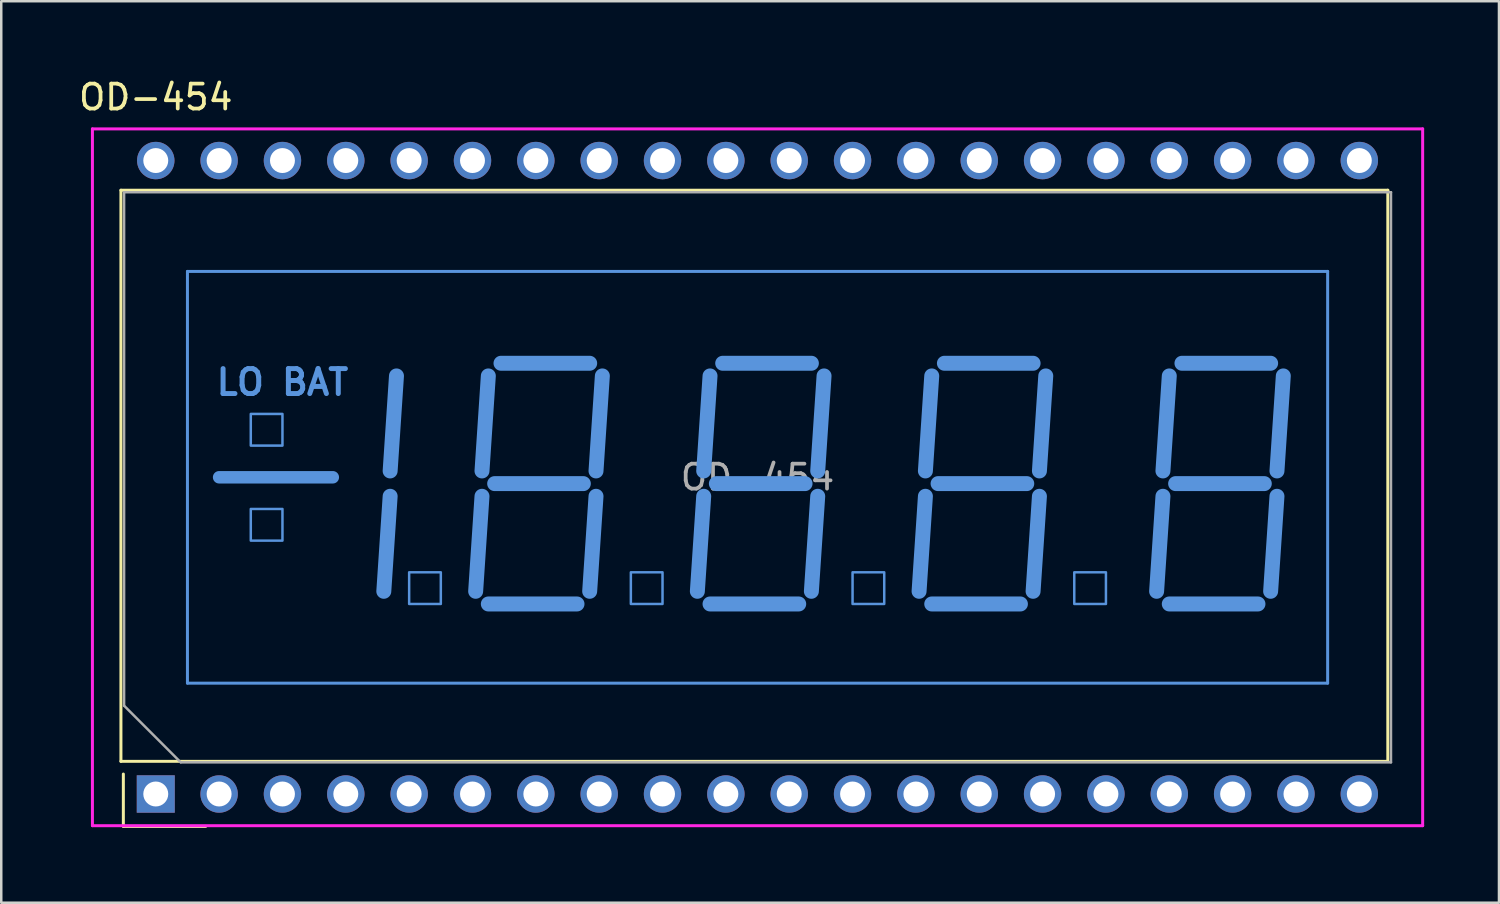
<source format=kicad_pcb>
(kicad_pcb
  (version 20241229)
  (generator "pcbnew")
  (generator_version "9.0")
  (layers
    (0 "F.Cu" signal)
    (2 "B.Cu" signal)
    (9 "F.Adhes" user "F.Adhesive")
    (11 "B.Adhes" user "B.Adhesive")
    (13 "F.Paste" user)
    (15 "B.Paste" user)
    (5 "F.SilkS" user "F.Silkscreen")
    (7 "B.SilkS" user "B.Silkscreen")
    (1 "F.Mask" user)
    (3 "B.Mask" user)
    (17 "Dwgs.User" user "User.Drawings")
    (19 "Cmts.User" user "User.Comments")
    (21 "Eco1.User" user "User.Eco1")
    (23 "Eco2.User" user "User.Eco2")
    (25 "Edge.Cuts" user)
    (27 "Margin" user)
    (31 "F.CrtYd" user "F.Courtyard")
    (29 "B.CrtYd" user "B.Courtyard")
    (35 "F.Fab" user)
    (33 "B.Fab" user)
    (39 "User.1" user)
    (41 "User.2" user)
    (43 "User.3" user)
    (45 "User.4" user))
  (footprint "OD-454"
    (layer "F.Cu")
    (at 27.326 16.088)
    (property "Reference" "OD-454" (at -24.13 -15.24 180) (layer "F.SilkS") (effects (font (size 1 1) (thickness 0.15))))
    (attr through_hole)
    (fp_line (start -25.527 -11.51) (end -25.527 11.39) (stroke (width 0.12) (type solid)) (layer "F.SilkS"))
    (fp_line (start -25.527 11.39) (end 25.273 11.39) (stroke (width 0.12) (type solid)) (layer "F.SilkS"))
    (fp_line (start -25.43 14) (end -25.43 11.9) (stroke (width 0.12) (type solid)) (layer "F.SilkS"))
    (fp_line (start -25.43 14) (end -22.13 14) (stroke (width 0.12) (type solid)) (layer "F.SilkS"))
    (fp_line (start 25.273 -11.51) (end -25.527 -11.51) (stroke (width 0.12) (type solid)) (layer "F.SilkS"))
    (fp_line (start 25.273 11.39) (end 25.273 -11.51) (stroke (width 0.12) (type solid)) (layer "F.SilkS"))
    (fp_line (start -22.86 8.255) (end -22.86 -8.255) (stroke (width 0.12) (type solid)) (layer "Cmts.User"))
    (fp_line (start -22.86 8.255) (end 22.86 8.255) (stroke (width 0.12) (type solid)) (layer "Cmts.User"))
    (fp_line (start -21.59 0) (end -17.031 0) (stroke (width 0.5) (type solid)) (layer "Cmts.User"))
    (fp_line (start -14.986 4.572) (end -14.732 0.762) (stroke (width 0.6) (type solid)) (layer "Cmts.User"))
    (fp_line (start -14.732 -0.254) (end -14.478 -4.064) (stroke (width 0.6) (type solid)) (layer "Cmts.User"))
    (fp_line (start -11.303 4.572) (end -11.049 0.762) (stroke (width 0.6) (type solid)) (layer "Cmts.User"))
    (fp_line (start -11.049 -0.254) (end -10.795 -4.064) (stroke (width 0.6) (type solid)) (layer "Cmts.User"))
    (fp_line (start -10.795 5.08) (end -7.239 5.08) (stroke (width 0.6) (type solid)) (layer "Cmts.User"))
    (fp_line (start -10.541 0.254) (end -6.985 0.254) (stroke (width 0.6) (type solid)) (layer "Cmts.User"))
    (fp_line (start -10.287 -4.572) (end -6.731 -4.572) (stroke (width 0.6) (type solid)) (layer "Cmts.User"))
    (fp_line (start -6.731 4.572) (end -6.477 0.762) (stroke (width 0.6) (type solid)) (layer "Cmts.User"))
    (fp_line (start -6.477 -0.254) (end -6.223 -4.064) (stroke (width 0.6) (type solid)) (layer "Cmts.User"))
    (fp_line (start -2.413 4.572) (end -2.159 0.762) (stroke (width 0.6) (type solid)) (layer "Cmts.User"))
    (fp_line (start -2.159 -0.254) (end -1.905 -4.064) (stroke (width 0.6) (type solid)) (layer "Cmts.User"))
    (fp_line (start -1.905 5.08) (end 1.651 5.08) (stroke (width 0.6) (type solid)) (layer "Cmts.User"))
    (fp_line (start -1.651 0.254) (end 1.905 0.254) (stroke (width 0.6) (type solid)) (layer "Cmts.User"))
    (fp_line (start -1.397 -4.572) (end 2.159 -4.572) (stroke (width 0.6) (type solid)) (layer "Cmts.User"))
    (fp_line (start 2.159 4.572) (end 2.413 0.762) (stroke (width 0.6) (type solid)) (layer "Cmts.User"))
    (fp_line (start 2.413 -0.254) (end 2.667 -4.064) (stroke (width 0.6) (type solid)) (layer "Cmts.User"))
    (fp_line (start 6.477 4.572) (end 6.731 0.762) (stroke (width 0.6) (type solid)) (layer "Cmts.User"))
    (fp_line (start 6.731 -0.254) (end 6.985 -4.064) (stroke (width 0.6) (type solid)) (layer "Cmts.User"))
    (fp_line (start 6.985 5.08) (end 10.541 5.08) (stroke (width 0.6) (type solid)) (layer "Cmts.User"))
    (fp_line (start 7.239 0.254) (end 10.795 0.254) (stroke (width 0.6) (type solid)) (layer "Cmts.User"))
    (fp_line (start 7.493 -4.572) (end 11.049 -4.572) (stroke (width 0.6) (type solid)) (layer "Cmts.User"))
    (fp_line (start 11.049 4.572) (end 11.303 0.762) (stroke (width 0.6) (type solid)) (layer "Cmts.User"))
    (fp_line (start 11.303 -0.254) (end 11.557 -4.064) (stroke (width 0.6) (type solid)) (layer "Cmts.User"))
    (fp_line (start 16.002 4.572) (end 16.256 0.762) (stroke (width 0.6) (type solid)) (layer "Cmts.User"))
    (fp_line (start 16.256 -0.254) (end 16.51 -4.064) (stroke (width 0.6) (type solid)) (layer "Cmts.User"))
    (fp_line (start 16.51 5.08) (end 20.066 5.08) (stroke (width 0.6) (type solid)) (layer "Cmts.User"))
    (fp_line (start 16.764 0.254) (end 20.32 0.254) (stroke (width 0.6) (type solid)) (layer "Cmts.User"))
    (fp_line (start 17.018 -4.572) (end 20.574 -4.572) (stroke (width 0.6) (type solid)) (layer "Cmts.User"))
    (fp_line (start 20.574 4.572) (end 20.828 0.762) (stroke (width 0.6) (type solid)) (layer "Cmts.User"))
    (fp_line (start 20.828 -0.254) (end 21.082 -4.064) (stroke (width 0.6) (type solid)) (layer "Cmts.User"))
    (fp_line (start 22.86 -8.255) (end -22.86 -8.255) (stroke (width 0.12) (type solid)) (layer "Cmts.User"))
    (fp_line (start 22.86 8.255) (end 22.86 -8.255) (stroke (width 0.12) (type solid)) (layer "Cmts.User"))
    (fp_poly (pts (xy -19.05 -1.27) (xy -20.32 -1.27) (xy -20.32 -2.54) (xy -19.05 -2.54)) (stroke (width 0.1) (type solid)) (fill no) (layer "Cmts.User"))
    (fp_poly (pts (xy -19.05 2.54) (xy -20.32 2.54) (xy -20.32 1.27) (xy -19.05 1.27)) (stroke (width 0.1) (type solid)) (fill no) (layer "Cmts.User"))
    (fp_poly (pts (xy -12.7 5.08) (xy -13.97 5.08) (xy -13.97 3.81) (xy -12.7 3.81)) (stroke (width 0.1) (type solid)) (fill no) (layer "Cmts.User"))
    (fp_poly (pts (xy -3.81 5.08) (xy -5.08 5.08) (xy -5.08 3.81) (xy -3.81 3.81)) (stroke (width 0.1) (type solid)) (fill no) (layer "Cmts.User"))
    (fp_poly (pts (xy 5.08 5.08) (xy 3.81 5.08) (xy 3.81 3.81) (xy 5.08 3.81)) (stroke (width 0.1) (type solid)) (fill no) (layer "Cmts.User"))
    (fp_poly (pts (xy 13.97 5.08) (xy 12.7 5.08) (xy 12.7 3.81) (xy 13.97 3.81)) (stroke (width 0.1) (type solid)) (fill no) (layer "Cmts.User"))
    (fp_line (start -26.67 -13.97) (end 26.67 -13.97) (stroke (width 0.12) (type solid)) (layer "F.CrtYd"))
    (fp_line (start -26.67 13.97) (end -26.67 -13.97) (stroke (width 0.12) (type solid)) (layer "F.CrtYd"))
    (fp_line (start 26.67 -13.97) (end 26.67 13.97) (stroke (width 0.12) (type solid)) (layer "F.CrtYd"))
    (fp_line (start 26.67 13.97) (end -26.67 13.97) (stroke (width 0.12) (type solid)) (layer "F.CrtYd"))
    (fp_line (start -25.4 -11.43) (end 25.4 -11.43) (stroke (width 0.1) (type solid)) (layer "F.Fab"))
    (fp_line (start -25.4 9.16) (end -25.4 -11.43) (stroke (width 0.1) (type solid)) (layer "F.Fab"))
    (fp_line (start -23.13 11.43) (end -25.4 9.16) (stroke (width 0.1) (type solid)) (layer "F.Fab"))
    (fp_line (start 25.4 -11.43) (end 25.4 11.43) (stroke (width 0.1) (type solid)) (layer "F.Fab"))
    (fp_line (start 25.4 11.43) (end -23.13 11.43) (stroke (width 0.1) (type solid)) (layer "F.Fab"))
    (fp_text user "LO BAT" (at -19.05 -3.81 0) (layer "Cmts.User") (effects (font (size 1 1) (thickness 0.2))))
    (fp_text user "${REFERENCE}" (at 0 0 180) (layer "F.Fab") (effects (font (size 1 1) (thickness 0.15))))
    (pad "1" thru_hole rect (at -24.13 12.7 90) (size 1.5 1.524) (drill 1) (layers "*.Cu" "*.Mask"))
    (pad "2" thru_hole circle (at -21.59 12.7) (size 1.5 1.5) (drill 1) (layers "*.Cu" "*.Mask"))
    (pad "3" thru_hole circle (at -19.05 12.7) (size 1.5 1.5) (drill 1) (layers "*.Cu" "*.Mask"))
    (pad "4" thru_hole circle (at -16.51 12.7) (size 1.5 1.5) (drill 1) (layers "*.Cu" "*.Mask"))
    (pad "5" thru_hole circle (at -13.97 12.7) (size 1.5 1.5) (drill 1) (layers "*.Cu" "*.Mask"))
    (pad "6" thru_hole circle (at -11.43 12.7) (size 1.5 1.5) (drill 1) (layers "*.Cu" "*.Mask"))
    (pad "7" thru_hole circle (at -8.89 12.7) (size 1.5 1.5) (drill 1) (layers "*.Cu" "*.Mask"))
    (pad "8" thru_hole circle (at -6.35 12.7) (size 1.5 1.5) (drill 1) (layers "*.Cu" "*.Mask"))
    (pad "9" thru_hole circle (at -3.81 12.7) (size 1.5 1.5) (drill 1) (layers "*.Cu" "*.Mask"))
    (pad "10" thru_hole circle (at -1.27 12.7) (size 1.5 1.5) (drill 1) (layers "*.Cu" "*.Mask"))
    (pad "11" thru_hole circle (at 1.27 12.7) (size 1.5 1.5) (drill 1) (layers "*.Cu" "*.Mask"))
    (pad "12" thru_hole circle (at 3.81 12.7) (size 1.5 1.5) (drill 1) (layers "*.Cu" "*.Mask"))
    (pad "13" thru_hole circle (at 6.35 12.7) (size 1.5 1.5) (drill 1) (layers "*.Cu" "*.Mask"))
    (pad "14" thru_hole circle (at 8.89 12.7) (size 1.5 1.5) (drill 1) (layers "*.Cu" "*.Mask"))
    (pad "15" thru_hole circle (at 11.43 12.7) (size 1.5 1.5) (drill 1) (layers "*.Cu" "*.Mask"))
    (pad "16" thru_hole circle (at 13.97 12.7) (size 1.5 1.5) (drill 1) (layers "*.Cu" "*.Mask"))
    (pad "17" thru_hole circle (at 16.51 12.7) (size 1.5 1.5) (drill 1) (layers "*.Cu" "*.Mask"))
    (pad "18" thru_hole circle (at 19.05 12.7) (size 1.5 1.5) (drill 1) (layers "*.Cu" "*.Mask"))
    (pad "19" thru_hole circle (at 21.59 12.7) (size 1.5 1.5) (drill 1) (layers "*.Cu" "*.Mask"))
    (pad "20" thru_hole circle (at 24.13 12.7) (size 1.5 1.5) (drill 1) (layers "*.Cu" "*.Mask"))
    (pad "21" thru_hole circle (at 24.13 -12.7) (size 1.5 1.5) (drill 1) (layers "*.Cu" "*.Mask"))
    (pad "22" thru_hole circle (at 21.59 -12.7) (size 1.5 1.5) (drill 1) (layers "*.Cu" "*.Mask"))
    (pad "23" thru_hole circle (at 19.05 -12.7) (size 1.5 1.5) (drill 1) (layers "*.Cu" "*.Mask"))
    (pad "24" thru_hole circle (at 16.51 -12.7) (size 1.5 1.5) (drill 1) (layers "*.Cu" "*.Mask"))
    (pad "25" thru_hole circle (at 13.97 -12.7) (size 1.5 1.5) (drill 1) (layers "*.Cu" "*.Mask"))
    (pad "26" thru_hole circle (at 11.43 -12.7) (size 1.5 1.5) (drill 1) (layers "*.Cu" "*.Mask"))
    (pad "27" thru_hole circle (at 8.89 -12.7) (size 1.5 1.5) (drill 1) (layers "*.Cu" "*.Mask"))
    (pad "28" thru_hole circle (at 6.35 -12.7) (size 1.5 1.5) (drill 1) (layers "*.Cu" "*.Mask"))
    (pad "29" thru_hole circle (at 3.81 -12.7) (size 1.5 1.5) (drill 1) (layers "*.Cu" "*.Mask"))
    (pad "30" thru_hole circle (at 1.27 -12.7) (size 1.5 1.5) (drill 1) (layers "*.Cu" "*.Mask"))
    (pad "31" thru_hole circle (at -1.27 -12.7) (size 1.5 1.5) (drill 1) (layers "*.Cu" "*.Mask"))
    (pad "32" thru_hole circle (at -3.81 -12.7) (size 1.5 1.5) (drill 1) (layers "*.Cu" "*.Mask"))
    (pad "33" thru_hole circle (at -6.35 -12.7) (size 1.5 1.5) (drill 1) (layers "*.Cu" "*.Mask"))
    (pad "34" thru_hole circle (at -8.89 -12.7) (size 1.5 1.5) (drill 1) (layers "*.Cu" "*.Mask"))
    (pad "35" thru_hole circle (at -11.43 -12.7) (size 1.5 1.5) (drill 1) (layers "*.Cu" "*.Mask"))
    (pad "36" thru_hole circle (at -13.97 -12.7) (size 1.5 1.5) (drill 1) (layers "*.Cu" "*.Mask"))
    (pad "37" thru_hole circle (at -16.51 -12.7) (size 1.5 1.5) (drill 1) (layers "*.Cu" "*.Mask"))
    (pad "38" thru_hole circle (at -19.05 -12.7) (size 1.5 1.5) (drill 1) (layers "*.Cu" "*.Mask"))
    (pad "39" thru_hole circle (at -21.59 -12.7) (size 1.5 1.5) (drill 1) (layers "*.Cu" "*.Mask"))
    (pad "40" thru_hole circle (at -24.13 -12.7) (size 1.5 1.5) (drill 1) (layers "*.Cu" "*.Mask")))
  (gr_rect
    (start -3 -3)
    (end 57.056 33.148)
    (stroke (width 0.1) (type default))
    (fill no)
    (layer "Edge.Cuts")))
</source>
